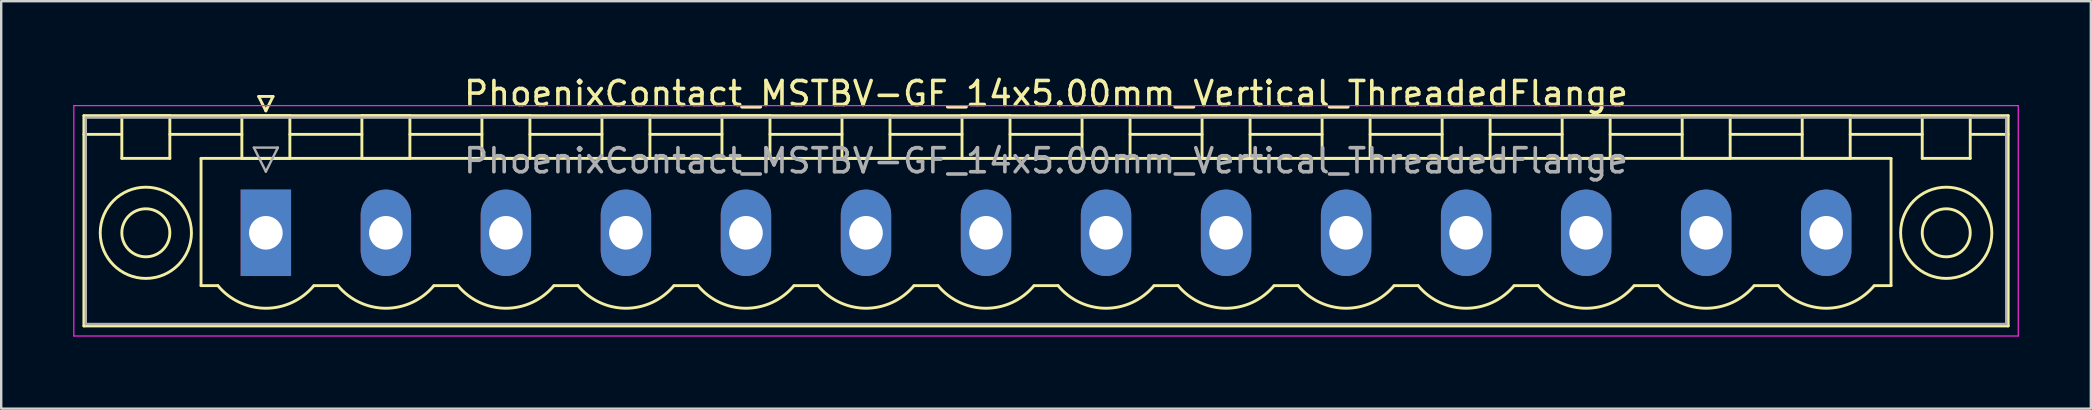
<source format=kicad_pcb>
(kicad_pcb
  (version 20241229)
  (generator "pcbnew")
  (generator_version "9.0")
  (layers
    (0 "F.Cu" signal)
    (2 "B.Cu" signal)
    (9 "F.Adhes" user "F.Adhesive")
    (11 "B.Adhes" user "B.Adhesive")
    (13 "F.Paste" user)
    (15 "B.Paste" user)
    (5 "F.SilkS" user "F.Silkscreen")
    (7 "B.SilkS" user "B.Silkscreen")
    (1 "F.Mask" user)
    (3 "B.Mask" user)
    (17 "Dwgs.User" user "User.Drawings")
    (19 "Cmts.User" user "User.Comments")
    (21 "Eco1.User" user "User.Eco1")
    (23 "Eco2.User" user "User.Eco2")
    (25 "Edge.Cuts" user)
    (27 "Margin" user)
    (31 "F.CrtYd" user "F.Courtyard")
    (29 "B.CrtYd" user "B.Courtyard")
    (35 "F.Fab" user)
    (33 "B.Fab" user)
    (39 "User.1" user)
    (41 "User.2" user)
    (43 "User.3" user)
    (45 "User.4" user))
  (footprint "PhoenixContact_MSTBV-GF_14x5.00mm_Vertical_ThreadedFlange"
    (layer "F.Cu")
    (at 8.025 6.648)
    (property "Reference" "PhoenixContact_MSTBV-GF_14x5.00mm_Vertical_ThreadedFlange" (at 32.5 -5.8 0) (layer "F.SilkS") (effects (font (size 1 1) (thickness 0.15))))
    (attr through_hole)
    (fp_line (start -7.58 -4.88) (end -7.58 3.88) (stroke (width 0.12) (type solid)) (layer "F.SilkS"))
    (fp_line (start -7.58 -4.1) (end -6.08 -4.1) (stroke (width 0.12) (type solid)) (layer "F.SilkS"))
    (fp_line (start -7.58 3.88) (end 72.58 3.88) (stroke (width 0.12) (type solid)) (layer "F.SilkS"))
    (fp_line (start -6 -4.88) (end -4 -4.88) (stroke (width 0.12) (type solid)) (layer "F.SilkS"))
    (fp_line (start -6 -3.1) (end -6 -4.88) (stroke (width 0.12) (type solid)) (layer "F.SilkS"))
    (fp_line (start -4 -4.88) (end -4 -3.1) (stroke (width 0.12) (type solid)) (layer "F.SilkS"))
    (fp_line (start -4 -4.1) (end -1 -4.1) (stroke (width 0.12) (type solid)) (layer "F.SilkS"))
    (fp_line (start -4 -3.1) (end -6 -3.1) (stroke (width 0.12) (type solid)) (layer "F.SilkS"))
    (fp_line (start -2.7 -3.1) (end 67.7 -3.1) (stroke (width 0.12) (type solid)) (layer "F.SilkS"))
    (fp_line (start -2.7 2.2) (end -2.7 -3.1) (stroke (width 0.12) (type solid)) (layer "F.SilkS"))
    (fp_line (start -2 2.2) (end -2.7 2.2) (stroke (width 0.12) (type solid)) (layer "F.SilkS"))
    (fp_line (start -1 -4.88) (end 1 -4.88) (stroke (width 0.12) (type solid)) (layer "F.SilkS"))
    (fp_line (start -1 -3.1) (end -1 -4.88) (stroke (width 0.12) (type solid)) (layer "F.SilkS"))
    (fp_line (start -0.3 -5.68) (end 0.3 -5.68) (stroke (width 0.12) (type solid)) (layer "F.SilkS"))
    (fp_line (start 0 -5.08) (end -0.3 -5.68) (stroke (width 0.12) (type solid)) (layer "F.SilkS"))
    (fp_line (start 0.3 -5.68) (end 0 -5.08) (stroke (width 0.12) (type solid)) (layer "F.SilkS"))
    (fp_line (start 1 -4.88) (end 1 -3.1) (stroke (width 0.12) (type solid)) (layer "F.SilkS"))
    (fp_line (start 1 -4.1) (end 4 -4.1) (stroke (width 0.12) (type solid)) (layer "F.SilkS"))
    (fp_line (start 1 -3.1) (end -1 -3.1) (stroke (width 0.12) (type solid)) (layer "F.SilkS"))
    (fp_line (start 2 2.2) (end 3 2.2) (stroke (width 0.12) (type solid)) (layer "F.SilkS"))
    (fp_line (start 4 -4.88) (end 6 -4.88) (stroke (width 0.12) (type solid)) (layer "F.SilkS"))
    (fp_line (start 4 -3.1) (end 4 -4.88) (stroke (width 0.12) (type solid)) (layer "F.SilkS"))
    (fp_line (start 6 -4.88) (end 6 -3.1) (stroke (width 0.12) (type solid)) (layer "F.SilkS"))
    (fp_line (start 6 -4.1) (end 9 -4.1) (stroke (width 0.12) (type solid)) (layer "F.SilkS"))
    (fp_line (start 6 -3.1) (end 4 -3.1) (stroke (width 0.12) (type solid)) (layer "F.SilkS"))
    (fp_line (start 7 2.2) (end 8 2.2) (stroke (width 0.12) (type solid)) (layer "F.SilkS"))
    (fp_line (start 9 -4.88) (end 11 -4.88) (stroke (width 0.12) (type solid)) (layer "F.SilkS"))
    (fp_line (start 9 -3.1) (end 9 -4.88) (stroke (width 0.12) (type solid)) (layer "F.SilkS"))
    (fp_line (start 11 -4.88) (end 11 -3.1) (stroke (width 0.12) (type solid)) (layer "F.SilkS"))
    (fp_line (start 11 -4.1) (end 14 -4.1) (stroke (width 0.12) (type solid)) (layer "F.SilkS"))
    (fp_line (start 11 -3.1) (end 9 -3.1) (stroke (width 0.12) (type solid)) (layer "F.SilkS"))
    (fp_line (start 12 2.2) (end 13 2.2) (stroke (width 0.12) (type solid)) (layer "F.SilkS"))
    (fp_line (start 14 -4.88) (end 16 -4.88) (stroke (width 0.12) (type solid)) (layer "F.SilkS"))
    (fp_line (start 14 -3.1) (end 14 -4.88) (stroke (width 0.12) (type solid)) (layer "F.SilkS"))
    (fp_line (start 16 -4.88) (end 16 -3.1) (stroke (width 0.12) (type solid)) (layer "F.SilkS"))
    (fp_line (start 16 -4.1) (end 19 -4.1) (stroke (width 0.12) (type solid)) (layer "F.SilkS"))
    (fp_line (start 16 -3.1) (end 14 -3.1) (stroke (width 0.12) (type solid)) (layer "F.SilkS"))
    (fp_line (start 17 2.2) (end 18 2.2) (stroke (width 0.12) (type solid)) (layer "F.SilkS"))
    (fp_line (start 19 -4.88) (end 21 -4.88) (stroke (width 0.12) (type solid)) (layer "F.SilkS"))
    (fp_line (start 19 -3.1) (end 19 -4.88) (stroke (width 0.12) (type solid)) (layer "F.SilkS"))
    (fp_line (start 21 -4.88) (end 21 -3.1) (stroke (width 0.12) (type solid)) (layer "F.SilkS"))
    (fp_line (start 21 -4.1) (end 24 -4.1) (stroke (width 0.12) (type solid)) (layer "F.SilkS"))
    (fp_line (start 21 -3.1) (end 19 -3.1) (stroke (width 0.12) (type solid)) (layer "F.SilkS"))
    (fp_line (start 22 2.2) (end 23 2.2) (stroke (width 0.12) (type solid)) (layer "F.SilkS"))
    (fp_line (start 24 -4.88) (end 26 -4.88) (stroke (width 0.12) (type solid)) (layer "F.SilkS"))
    (fp_line (start 24 -3.1) (end 24 -4.88) (stroke (width 0.12) (type solid)) (layer "F.SilkS"))
    (fp_line (start 26 -4.88) (end 26 -3.1) (stroke (width 0.12) (type solid)) (layer "F.SilkS"))
    (fp_line (start 26 -4.1) (end 29 -4.1) (stroke (width 0.12) (type solid)) (layer "F.SilkS"))
    (fp_line (start 26 -3.1) (end 24 -3.1) (stroke (width 0.12) (type solid)) (layer "F.SilkS"))
    (fp_line (start 27 2.2) (end 28 2.2) (stroke (width 0.12) (type solid)) (layer "F.SilkS"))
    (fp_line (start 29 -4.88) (end 31 -4.88) (stroke (width 0.12) (type solid)) (layer "F.SilkS"))
    (fp_line (start 29 -3.1) (end 29 -4.88) (stroke (width 0.12) (type solid)) (layer "F.SilkS"))
    (fp_line (start 31 -4.88) (end 31 -3.1) (stroke (width 0.12) (type solid)) (layer "F.SilkS"))
    (fp_line (start 31 -4.1) (end 34 -4.1) (stroke (width 0.12) (type solid)) (layer "F.SilkS"))
    (fp_line (start 31 -3.1) (end 29 -3.1) (stroke (width 0.12) (type solid)) (layer "F.SilkS"))
    (fp_line (start 32 2.2) (end 33 2.2) (stroke (width 0.12) (type solid)) (layer "F.SilkS"))
    (fp_line (start 34 -4.88) (end 36 -4.88) (stroke (width 0.12) (type solid)) (layer "F.SilkS"))
    (fp_line (start 34 -3.1) (end 34 -4.88) (stroke (width 0.12) (type solid)) (layer "F.SilkS"))
    (fp_line (start 36 -4.88) (end 36 -3.1) (stroke (width 0.12) (type solid)) (layer "F.SilkS"))
    (fp_line (start 36 -4.1) (end 39 -4.1) (stroke (width 0.12) (type solid)) (layer "F.SilkS"))
    (fp_line (start 36 -3.1) (end 34 -3.1) (stroke (width 0.12) (type solid)) (layer "F.SilkS"))
    (fp_line (start 37 2.2) (end 38 2.2) (stroke (width 0.12) (type solid)) (layer "F.SilkS"))
    (fp_line (start 39 -4.88) (end 41 -4.88) (stroke (width 0.12) (type solid)) (layer "F.SilkS"))
    (fp_line (start 39 -3.1) (end 39 -4.88) (stroke (width 0.12) (type solid)) (layer "F.SilkS"))
    (fp_line (start 41 -4.88) (end 41 -3.1) (stroke (width 0.12) (type solid)) (layer "F.SilkS"))
    (fp_line (start 41 -4.1) (end 44 -4.1) (stroke (width 0.12) (type solid)) (layer "F.SilkS"))
    (fp_line (start 41 -3.1) (end 39 -3.1) (stroke (width 0.12) (type solid)) (layer "F.SilkS"))
    (fp_line (start 42 2.2) (end 43 2.2) (stroke (width 0.12) (type solid)) (layer "F.SilkS"))
    (fp_line (start 44 -4.88) (end 46 -4.88) (stroke (width 0.12) (type solid)) (layer "F.SilkS"))
    (fp_line (start 44 -3.1) (end 44 -4.88) (stroke (width 0.12) (type solid)) (layer "F.SilkS"))
    (fp_line (start 46 -4.88) (end 46 -3.1) (stroke (width 0.12) (type solid)) (layer "F.SilkS"))
    (fp_line (start 46 -4.1) (end 49 -4.1) (stroke (width 0.12) (type solid)) (layer "F.SilkS"))
    (fp_line (start 46 -3.1) (end 44 -3.1) (stroke (width 0.12) (type solid)) (layer "F.SilkS"))
    (fp_line (start 47 2.2) (end 48 2.2) (stroke (width 0.12) (type solid)) (layer "F.SilkS"))
    (fp_line (start 49 -4.88) (end 51 -4.88) (stroke (width 0.12) (type solid)) (layer "F.SilkS"))
    (fp_line (start 49 -3.1) (end 49 -4.88) (stroke (width 0.12) (type solid)) (layer "F.SilkS"))
    (fp_line (start 51 -4.88) (end 51 -3.1) (stroke (width 0.12) (type solid)) (layer "F.SilkS"))
    (fp_line (start 51 -4.1) (end 54 -4.1) (stroke (width 0.12) (type solid)) (layer "F.SilkS"))
    (fp_line (start 51 -3.1) (end 49 -3.1) (stroke (width 0.12) (type solid)) (layer "F.SilkS"))
    (fp_line (start 52 2.2) (end 53 2.2) (stroke (width 0.12) (type solid)) (layer "F.SilkS"))
    (fp_line (start 54 -4.88) (end 56 -4.88) (stroke (width 0.12) (type solid)) (layer "F.SilkS"))
    (fp_line (start 54 -3.1) (end 54 -4.88) (stroke (width 0.12) (type solid)) (layer "F.SilkS"))
    (fp_line (start 56 -4.88) (end 56 -3.1) (stroke (width 0.12) (type solid)) (layer "F.SilkS"))
    (fp_line (start 56 -4.1) (end 59 -4.1) (stroke (width 0.12) (type solid)) (layer "F.SilkS"))
    (fp_line (start 56 -3.1) (end 54 -3.1) (stroke (width 0.12) (type solid)) (layer "F.SilkS"))
    (fp_line (start 57 2.2) (end 58 2.2) (stroke (width 0.12) (type solid)) (layer "F.SilkS"))
    (fp_line (start 59 -4.88) (end 61 -4.88) (stroke (width 0.12) (type solid)) (layer "F.SilkS"))
    (fp_line (start 59 -3.1) (end 59 -4.88) (stroke (width 0.12) (type solid)) (layer "F.SilkS"))
    (fp_line (start 61 -4.88) (end 61 -3.1) (stroke (width 0.12) (type solid)) (layer "F.SilkS"))
    (fp_line (start 61 -4.1) (end 64 -4.1) (stroke (width 0.12) (type solid)) (layer "F.SilkS"))
    (fp_line (start 61 -3.1) (end 59 -3.1) (stroke (width 0.12) (type solid)) (layer "F.SilkS"))
    (fp_line (start 62 2.2) (end 63 2.2) (stroke (width 0.12) (type solid)) (layer "F.SilkS"))
    (fp_line (start 64 -4.88) (end 66 -4.88) (stroke (width 0.12) (type solid)) (layer "F.SilkS"))
    (fp_line (start 64 -3.1) (end 64 -4.88) (stroke (width 0.12) (type solid)) (layer "F.SilkS"))
    (fp_line (start 66 -4.88) (end 66 -3.1) (stroke (width 0.12) (type solid)) (layer "F.SilkS"))
    (fp_line (start 66 -4.1) (end 69 -4.1) (stroke (width 0.12) (type solid)) (layer "F.SilkS"))
    (fp_line (start 66 -3.1) (end 64 -3.1) (stroke (width 0.12) (type solid)) (layer "F.SilkS"))
    (fp_line (start 67.7 -3.1) (end 67.7 2.2) (stroke (width 0.12) (type solid)) (layer "F.SilkS"))
    (fp_line (start 67.7 2.2) (end 67 2.2) (stroke (width 0.12) (type solid)) (layer "F.SilkS"))
    (fp_line (start 69 -4.88) (end 71 -4.88) (stroke (width 0.12) (type solid)) (layer "F.SilkS"))
    (fp_line (start 69 -3.1) (end 69 -4.88) (stroke (width 0.12) (type solid)) (layer "F.SilkS"))
    (fp_line (start 71 -4.88) (end 71 -3.1) (stroke (width 0.12) (type solid)) (layer "F.SilkS"))
    (fp_line (start 71 -3.1) (end 69 -3.1) (stroke (width 0.12) (type solid)) (layer "F.SilkS"))
    (fp_line (start 72.58 -4.88) (end -7.58 -4.88) (stroke (width 0.12) (type solid)) (layer "F.SilkS"))
    (fp_line (start 72.58 -4.1) (end 71.08 -4.1) (stroke (width 0.12) (type solid)) (layer "F.SilkS"))
    (fp_line (start 72.58 3.88) (end 72.58 -4.88) (stroke (width 0.12) (type solid)) (layer "F.SilkS"))
    (fp_arc (start 1.986842 2.215821) (mid -0.010289 3.142758) (end -2 2.2) (stroke (width 0.12) (type solid)) (layer "F.SilkS"))
    (fp_arc (start 6.986842 2.215821) (mid 4.989711 3.142758) (end 3 2.2) (stroke (width 0.12) (type solid)) (layer "F.SilkS"))
    (fp_arc (start 11.986842 2.215821) (mid 9.989711 3.142758) (end 8 2.2) (stroke (width 0.12) (type solid)) (layer "F.SilkS"))
    (fp_arc (start 16.986842 2.215821) (mid 14.989711 3.142758) (end 13 2.2) (stroke (width 0.12) (type solid)) (layer "F.SilkS"))
    (fp_arc (start 21.986842 2.215821) (mid 19.989711 3.142758) (end 18 2.2) (stroke (width 0.12) (type solid)) (layer "F.SilkS"))
    (fp_arc (start 26.986842 2.215821) (mid 24.989711 3.142758) (end 23 2.2) (stroke (width 0.12) (type solid)) (layer "F.SilkS"))
    (fp_arc (start 31.986842 2.215821) (mid 29.989711 3.142758) (end 28 2.2) (stroke (width 0.12) (type solid)) (layer "F.SilkS"))
    (fp_arc (start 36.986842 2.215821) (mid 34.989711 3.142758) (end 33 2.2) (stroke (width 0.12) (type solid)) (layer "F.SilkS"))
    (fp_arc (start 41.986842 2.215821) (mid 39.989711 3.142758) (end 38 2.2) (stroke (width 0.12) (type solid)) (layer "F.SilkS"))
    (fp_arc (start 46.986842 2.215821) (mid 44.989711 3.142758) (end 43 2.2) (stroke (width 0.12) (type solid)) (layer "F.SilkS"))
    (fp_arc (start 51.986842 2.215821) (mid 49.989711 3.142758) (end 48 2.2) (stroke (width 0.12) (type solid)) (layer "F.SilkS"))
    (fp_arc (start 56.986842 2.215821) (mid 54.989711 3.142758) (end 53 2.2) (stroke (width 0.12) (type solid)) (layer "F.SilkS"))
    (fp_arc (start 61.986842 2.215821) (mid 59.989711 3.142758) (end 58 2.2) (stroke (width 0.12) (type solid)) (layer "F.SilkS"))
    (fp_arc (start 66.986842 2.215821) (mid 64.989711 3.142758) (end 63 2.2) (stroke (width 0.12) (type solid)) (layer "F.SilkS"))
    (fp_circle (center -5 0) (end -4 0) (stroke (width 0.12) (type solid)) (fill no) (layer "F.SilkS"))
    (fp_circle (center -5 0) (end -3.1 0) (stroke (width 0.12) (type solid)) (fill no) (layer "F.SilkS"))
    (fp_circle (center 70 0) (end 71 0) (stroke (width 0.12) (type solid)) (fill no) (layer "F.SilkS"))
    (fp_circle (center 70 0) (end 71.9 0) (stroke (width 0.12) (type solid)) (fill no) (layer "F.SilkS"))
    (fp_line (start -8 -5.3) (end -8 4.3) (stroke (width 0.05) (type solid)) (layer "F.CrtYd"))
    (fp_line (start -8 4.3) (end 73 4.3) (stroke (width 0.05) (type solid)) (layer "F.CrtYd"))
    (fp_line (start 73 -5.3) (end -8 -5.3) (stroke (width 0.05) (type solid)) (layer "F.CrtYd"))
    (fp_line (start 73 4.3) (end 73 -5.3) (stroke (width 0.05) (type solid)) (layer "F.CrtYd"))
    (fp_line (start -7.5 -4.8) (end -7.5 3.8) (stroke (width 0.1) (type solid)) (layer "F.Fab"))
    (fp_line (start -7.5 3.8) (end 72.5 3.8) (stroke (width 0.1) (type solid)) (layer "F.Fab"))
    (fp_line (start -0.5 -3.55) (end 0.5 -3.55) (stroke (width 0.1) (type solid)) (layer "F.Fab"))
    (fp_line (start 0 -2.55) (end -0.5 -3.55) (stroke (width 0.1) (type solid)) (layer "F.Fab"))
    (fp_line (start 0.5 -3.55) (end 0 -2.55) (stroke (width 0.1) (type solid)) (layer "F.Fab"))
    (fp_line (start 72.5 -4.8) (end -7.5 -4.8) (stroke (width 0.1) (type solid)) (layer "F.Fab"))
    (fp_line (start 72.5 3.8) (end 72.5 -4.8) (stroke (width 0.1) (type solid)) (layer "F.Fab"))
    (fp_text user "${REFERENCE}" (at 32.5 -3 0) (layer "F.Fab") (effects (font (size 1 1) (thickness 0.15))))
    (pad "1" thru_hole rect (at 0 0) (size 2.1 3.6) (drill 1.4) (layers "*.Cu" "*.Mask"))
    (pad "2" thru_hole oval (at 5 0) (size 2.1 3.6) (drill 1.4) (layers "*.Cu" "*.Mask"))
    (pad "3" thru_hole oval (at 10 0) (size 2.1 3.6) (drill 1.4) (layers "*.Cu" "*.Mask"))
    (pad "4" thru_hole oval (at 15 0) (size 2.1 3.6) (drill 1.4) (layers "*.Cu" "*.Mask"))
    (pad "5" thru_hole oval (at 20 0) (size 2.1 3.6) (drill 1.4) (layers "*.Cu" "*.Mask"))
    (pad "6" thru_hole oval (at 25 0) (size 2.1 3.6) (drill 1.4) (layers "*.Cu" "*.Mask"))
    (pad "7" thru_hole oval (at 30 0) (size 2.1 3.6) (drill 1.4) (layers "*.Cu" "*.Mask"))
    (pad "8" thru_hole oval (at 35 0) (size 2.1 3.6) (drill 1.4) (layers "*.Cu" "*.Mask"))
    (pad "9" thru_hole oval (at 40 0) (size 2.1 3.6) (drill 1.4) (layers "*.Cu" "*.Mask"))
    (pad "10" thru_hole oval (at 45 0) (size 2.1 3.6) (drill 1.4) (layers "*.Cu" "*.Mask"))
    (pad "11" thru_hole oval (at 50 0) (size 2.1 3.6) (drill 1.4) (layers "*.Cu" "*.Mask"))
    (pad "12" thru_hole oval (at 55 0) (size 2.1 3.6) (drill 1.4) (layers "*.Cu" "*.Mask"))
    (pad "13" thru_hole oval (at 60 0) (size 2.1 3.6) (drill 1.4) (layers "*.Cu" "*.Mask"))
    (pad "14" thru_hole oval (at 65 0) (size 2.1 3.6) (drill 1.4) (layers "*.Cu" "*.Mask")))
  (gr_rect
    (start -3 -3)
    (end 84.05 13.973)
    (stroke (width 0.1) (type default))
    (fill no)
    (layer "Edge.Cuts")))
</source>
